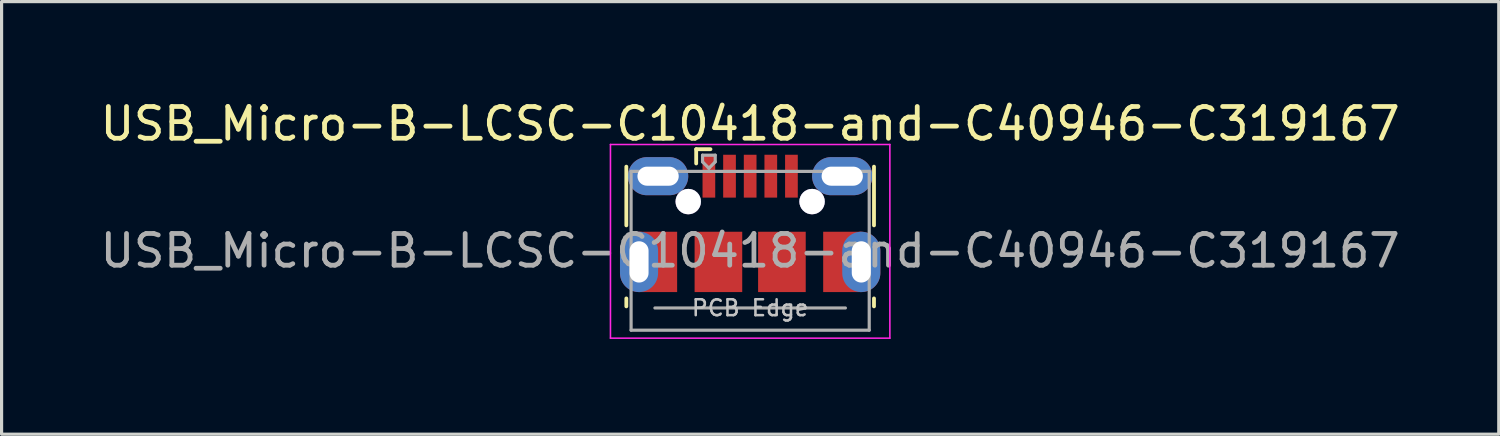
<source format=kicad_pcb>
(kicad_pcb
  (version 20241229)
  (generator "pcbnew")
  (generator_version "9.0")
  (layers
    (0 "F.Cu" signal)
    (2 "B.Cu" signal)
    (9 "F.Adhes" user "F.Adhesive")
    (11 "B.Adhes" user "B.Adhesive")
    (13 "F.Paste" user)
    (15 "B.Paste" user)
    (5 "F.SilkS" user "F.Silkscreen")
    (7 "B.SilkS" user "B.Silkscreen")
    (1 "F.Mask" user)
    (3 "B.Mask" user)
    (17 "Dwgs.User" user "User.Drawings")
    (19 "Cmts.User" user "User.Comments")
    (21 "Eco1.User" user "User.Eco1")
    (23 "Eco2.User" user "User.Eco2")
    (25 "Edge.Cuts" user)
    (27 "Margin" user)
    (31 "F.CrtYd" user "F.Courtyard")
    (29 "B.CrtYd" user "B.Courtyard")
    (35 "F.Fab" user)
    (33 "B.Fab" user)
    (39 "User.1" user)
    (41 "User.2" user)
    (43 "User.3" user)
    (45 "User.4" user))
  (footprint "USB_Micro-B-LCSC-C10418-and-C40946-C319167"
    (layer "F.Cu")
    (at 20.577 3.961)
    (property "Reference" "USB_Micro-B-LCSC-C10418-and-C40946-C319167" (at 0 -3.112 0) (layer "F.SilkS") (effects (font (size 1 1) (thickness 0.15))))
    (attr smd)
    (fp_line (start -3.9 0.087) (end -3.9 -1.762) (stroke (width 0.12) (type solid)) (layer "F.SilkS"))
    (fp_line (start -3.9 2.638) (end -3.9 2.388) (stroke (width 0.12) (type solid)) (layer "F.SilkS"))
    (fp_line (start -1.7 -2.312) (end -1.7 -1.863) (stroke (width 0.12) (type solid)) (layer "F.SilkS"))
    (fp_line (start -1.7 -2.312) (end -1.25 -2.312) (stroke (width 0.12) (type solid)) (layer "F.SilkS"))
    (fp_line (start 3.9 0.087) (end 3.9 -1.762) (stroke (width 0.12) (type solid)) (layer "F.SilkS"))
    (fp_line (start 3.9 2.638) (end 3.9 2.388) (stroke (width 0.12) (type solid)) (layer "F.SilkS"))
    (fp_line (start -4.4 -2.46) (end 4.4 -2.46) (stroke (width 0.05) (type solid)) (layer "F.CrtYd"))
    (fp_line (start -4.4 3.64) (end -4.4 -2.46) (stroke (width 0.05) (type solid)) (layer "F.CrtYd"))
    (fp_line (start -4.4 3.64) (end 4.4 3.64) (stroke (width 0.05) (type solid)) (layer "F.CrtYd"))
    (fp_line (start 4.4 -2.46) (end 4.4 3.64) (stroke (width 0.05) (type solid)) (layer "F.CrtYd"))
    (fp_line (start -3.75 -1.613) (end 3.75 -1.613) (stroke (width 0.1) (type solid)) (layer "F.Fab"))
    (fp_line (start -3.75 3.388) (end -3.75 -1.613) (stroke (width 0.1) (type solid)) (layer "F.Fab"))
    (fp_line (start -3.75 3.389) (end 3.75 3.389) (stroke (width 0.1) (type solid)) (layer "F.Fab"))
    (fp_line (start -3 2.689) (end 3 2.689) (stroke (width 0.1) (type solid)) (layer "F.Fab"))
    (fp_line (start -1.5 -2.123) (end -1.5 -1.913) (stroke (width 0.1) (type solid)) (layer "F.Fab"))
    (fp_line (start -1.5 -2.123) (end -1.1 -2.123) (stroke (width 0.1) (type solid)) (layer "F.Fab"))
    (fp_line (start -1.3 -1.712) (end -1.5 -1.913) (stroke (width 0.1) (type solid)) (layer "F.Fab"))
    (fp_line (start -1.1 -2.123) (end -1.1 -1.913) (stroke (width 0.1) (type solid)) (layer "F.Fab"))
    (fp_line (start -1.1 -1.913) (end -1.3 -1.712) (stroke (width 0.1) (type solid)) (layer "F.Fab"))
    (fp_line (start 3.75 3.388) (end 3.75 -1.613) (stroke (width 0.1) (type solid)) (layer "F.Fab"))
    (fp_text user "PCB Edge" (at 0 2.688 0) (layer "Dwgs.User") (effects (font (size 0.5 0.5) (thickness 0.08))))
    (fp_text user "${REFERENCE}" (at 0 0.887 0) (layer "F.Fab") (effects (font (size 1 1) (thickness 0.15))))
    (pad "1" smd rect (at -1.3 -1.462) (size 0.4 1.35) (layers "F.Cu" "F.Mask" "F.Paste"))
    (pad "2" smd rect (at -0.65 -1.462) (size 0.4 1.35) (layers "F.Cu" "F.Mask" "F.Paste"))
    (pad "3" smd rect (at 0 -1.462) (size 0.4 1.35) (layers "F.Cu" "F.Mask" "F.Paste"))
    (pad "4" smd rect (at 0.65 -1.462) (size 0.4 1.35) (layers "F.Cu" "F.Mask" "F.Paste"))
    (pad "5" smd rect (at 1.3 -1.462) (size 0.4 1.35) (layers "F.Cu" "F.Mask" "F.Paste"))
    (pad "6" thru_hole oval (at -3.5 1.238 180) (size 1.2 1.9) (drill oval 0.6 1.3) (layers "*.Cu" "*.Mask"))
    (pad "6" thru_hole oval (at -2.9 -1.462 90) (size 1.2 1.9) (drill oval 0.6 1.3) (layers "*.Cu" "*.Mask"))
    (pad "6" smd rect (at -2.9 1.238) (size 1.2 1.9) (layers "F.Cu" "F.Mask"))
    (pad "6" smd rect (at -1 1.238) (size 1.5 1.9) (layers "F.Cu" "F.Mask" "F.Paste"))
    (pad "6" smd rect (at 1 1.238) (size 1.5 1.9) (layers "F.Cu" "F.Mask" "F.Paste"))
    (pad "6" thru_hole oval (at 2.9 -1.462 90) (size 1.2 1.9) (drill oval 0.6 1.3) (layers "*.Cu" "*.Mask"))
    (pad "6" smd rect (at 2.9 1.238) (size 1.2 1.9) (layers "F.Cu" "F.Mask"))
    (pad "6" thru_hole oval (at 3.5 1.238) (size 1.2 1.9) (drill oval 0.6 1.3) (layers "*.Cu" "*.Mask"))
    (pad "7" thru_hole circle (at -1.95 -0.662 90) (size 0.8 0.8) (drill 0.8) (layers "*.Cu" "*.Mask"))
    (pad "7" thru_hole circle (at 1.95 -0.662 90) (size 0.8 0.8) (drill 0.8) (layers "*.Cu" "*.Mask")))
  (gr_rect
    (start -3 -3)
    (end 44.155 10.626)
    (stroke (width 0.1) (type default))
    (fill no)
    (layer "Edge.Cuts")))
</source>
